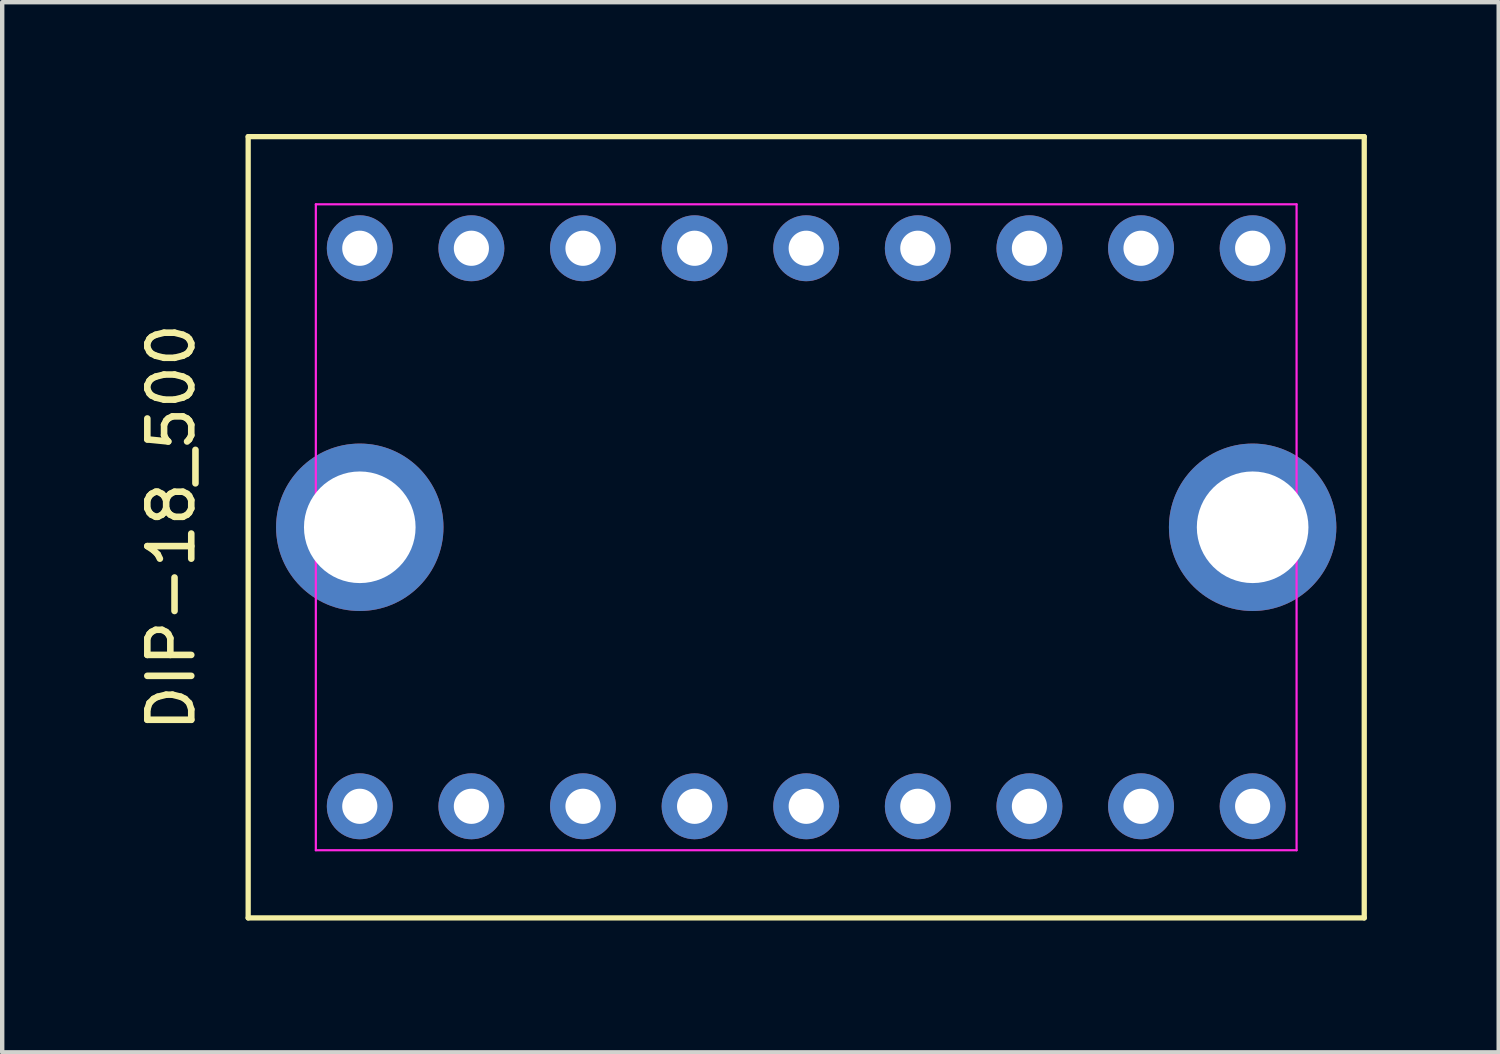
<source format=kicad_pcb>
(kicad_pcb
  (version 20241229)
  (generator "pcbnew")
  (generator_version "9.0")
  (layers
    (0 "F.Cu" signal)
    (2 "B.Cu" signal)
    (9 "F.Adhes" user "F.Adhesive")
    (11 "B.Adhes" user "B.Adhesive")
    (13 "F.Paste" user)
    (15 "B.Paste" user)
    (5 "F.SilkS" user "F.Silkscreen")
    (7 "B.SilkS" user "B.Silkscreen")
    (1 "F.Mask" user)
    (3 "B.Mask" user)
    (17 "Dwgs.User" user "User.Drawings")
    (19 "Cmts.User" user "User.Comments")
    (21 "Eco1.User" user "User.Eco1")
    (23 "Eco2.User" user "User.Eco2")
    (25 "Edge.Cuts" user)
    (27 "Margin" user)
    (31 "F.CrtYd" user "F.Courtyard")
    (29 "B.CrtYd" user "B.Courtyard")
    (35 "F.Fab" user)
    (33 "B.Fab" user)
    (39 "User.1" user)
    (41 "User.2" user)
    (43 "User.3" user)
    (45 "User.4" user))
  (footprint "DIP-18_500"
    (layer "F.Cu")
    (at 15.298 8.95)
    (property "Reference" "DIP-18_500" (at -14.45 0 90) (layer "F.SilkS") (effects (font (size 1 1) (thickness 0.15))))
    (attr through_hole)
    (fp_line (start -12.7 -8.89) (end -12.7 8.89) (stroke (width 0.12) (type default)) (layer "F.SilkS"))
    (fp_line (start -12.7 8.89) (end 12.7 8.89) (stroke (width 0.12) (type default)) (layer "F.SilkS"))
    (fp_line (start 12.7 -8.89) (end -12.7 -8.89) (stroke (width 0.12) (type default)) (layer "F.SilkS"))
    (fp_line (start 12.7 8.89) (end 12.7 -8.89) (stroke (width 0.12) (type default)) (layer "F.SilkS"))
    (fp_line (start -11.16 -7.35) (end 11.16 -7.35) (stroke (width 0.05) (type default)) (layer "F.CrtYd"))
    (fp_line (start -11.16 7.35) (end -11.16 -7.35) (stroke (width 0.05) (type default)) (layer "F.CrtYd"))
    (fp_line (start 11.16 -7.35) (end 11.16 7.35) (stroke (width 0.05) (type default)) (layer "F.CrtYd"))
    (fp_line (start 11.16 7.35) (end -11.16 7.35) (stroke (width 0.05) (type default)) (layer "F.CrtYd"))
    (pad "1" thru_hole circle (at -10.16 6.35) (size 1.5 1.5) (drill 0.8) (layers "*.Cu" "*.Mask"))
    (pad "2" thru_hole circle (at -7.62 6.35) (size 1.5 1.5) (drill 0.8) (layers "*.Cu" "*.Mask"))
    (pad "3" thru_hole circle (at -5.08 6.35) (size 1.5 1.5) (drill 0.8) (layers "*.Cu" "*.Mask"))
    (pad "4" thru_hole circle (at -2.54 6.35) (size 1.5 1.5) (drill 0.8) (layers "*.Cu" "*.Mask"))
    (pad "5" thru_hole circle (at 0 6.35) (size 1.5 1.5) (drill 0.8) (layers "*.Cu" "*.Mask"))
    (pad "6" thru_hole circle (at 2.54 6.35) (size 1.5 1.5) (drill 0.8) (layers "*.Cu" "*.Mask"))
    (pad "7" thru_hole circle (at 5.08 6.35) (size 1.5 1.5) (drill 0.8) (layers "*.Cu" "*.Mask"))
    (pad "8" thru_hole circle (at 7.62 6.35) (size 1.5 1.5) (drill 0.8) (layers "*.Cu" "*.Mask"))
    (pad "9" thru_hole circle (at 10.16 6.35) (size 1.5 1.5) (drill 0.8) (layers "*.Cu" "*.Mask"))
    (pad "10" thru_hole circle (at 10.16 -6.35) (size 1.5 1.5) (drill 0.8) (layers "*.Cu" "*.Mask"))
    (pad "11" thru_hole circle (at 7.62 -6.35) (size 1.5 1.5) (drill 0.8) (layers "*.Cu" "*.Mask"))
    (pad "12" thru_hole circle (at 5.08 -6.35) (size 1.5 1.5) (drill 0.8) (layers "*.Cu" "*.Mask"))
    (pad "13" thru_hole circle (at 2.54 -6.35) (size 1.5 1.5) (drill 0.8) (layers "*.Cu" "*.Mask"))
    (pad "14" thru_hole circle (at 0 -6.35) (size 1.5 1.5) (drill 0.8) (layers "*.Cu" "*.Mask"))
    (pad "15" thru_hole circle (at -2.54 -6.35) (size 1.5 1.5) (drill 0.8) (layers "*.Cu" "*.Mask"))
    (pad "16" thru_hole circle (at -5.08 -6.35) (size 1.5 1.5) (drill 0.8) (layers "*.Cu" "*.Mask"))
    (pad "17" thru_hole circle (at -7.62 -6.35) (size 1.5 1.5) (drill 0.8) (layers "*.Cu" "*.Mask"))
    (pad "18" thru_hole circle (at -10.16 -6.35) (size 1.5 1.5) (drill 0.8) (layers "*.Cu" "*.Mask"))
    (pad "19" thru_hole circle (at 10.16 0) (size 3.81 3.81) (drill 2.54) (layers "*.Cu" "*.Mask"))
    (pad "20" thru_hole circle (at -10.16 0) (size 3.81 3.81) (drill 2.54) (layers "*.Cu" "*.Mask")))
  (gr_rect
    (start -3 -3)
    (end 31.058 20.9)
    (stroke (width 0.1) (type default))
    (fill no)
    (layer "Edge.Cuts")))
</source>
